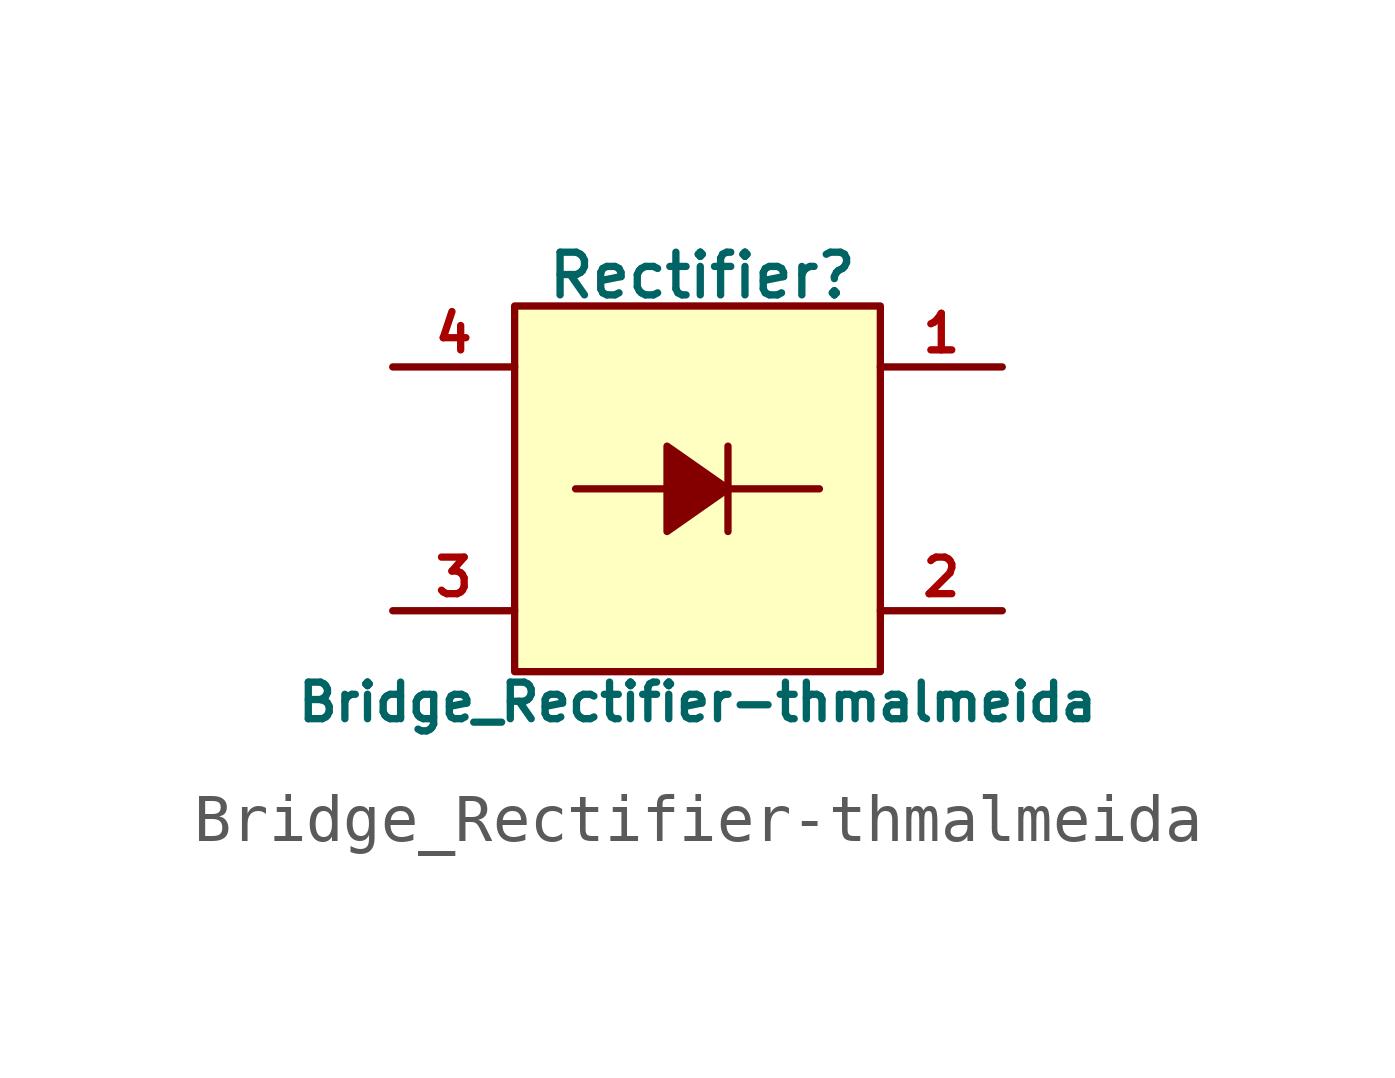
<source format=kicad_sym>
(kicad_symbol_lib
  (version 20211014)
  (generator kicad_symbol_editor)
  (symbol "Bridge_Rectifier-thmalmeida"
    (pin_names
      (offset 1.016) hide)
    (property "Reference" "Rectifier"
      (at -3.175 4.445 0)
      (effects (font (size 0.889 0.889)) (justify left)))
    (property "Value" "Bridge_Rectifier-thmalmeida"
      (at 0 -4.445 0)
      (effects (font (size 0.762 0.762))))
    (property "Datasheet" ""
      (at 2.54 3.81 0)
      (effects (font (size 1.524 1.524))))
    (symbol "Bridge_Rectifier-thmalmeida_0_1"
      (rectangle (start -3.81 3.81) (end 3.81 -3.81) (stroke (width 0) (type default) (color 0 0 0 0)) (fill (type background)))
      (polyline (pts (xy -0.635 0) (xy -2.54 0)) (stroke (width 0) (type default) (color 0 0 0 0)) (fill (type none)))
      (polyline (pts (xy 0.635 -0.889) (xy 0.635 0.889)) (stroke (width 0) (type default) (color 0 0 0 0)) (fill (type none)))
      (polyline (pts (xy 0.635 0) (xy 2.54 0)) (stroke (width 0) (type default) (color 0 0 0 0)) (fill (type none)))
      (polyline (pts (xy -0.635 0.889) (xy -0.635 -0.889) (xy 0.635 0) (xy -0.635 0.889)) (stroke (width 0) (type default) (color 0 0 0 0)) (fill (type outline))))
    (symbol "Bridge_Rectifier-thmalmeida_1_1"
      (pin power_out line (at 6.35 2.54 180) (length 2.54) (name "Positive" (effects (font (size 1.016 1.016)))) (number "1" (effects (font (size 0.762 0.762)))))
      (pin power_out line (at 6.35 -2.54 180) (length 2.54) (name "Negative" (effects (font (size 1.016 1.016)))) (number "2" (effects (font (size 0.762 0.762)))))
      (pin input line (at -6.35 -2.54 0) (length 2.54) (name "AC_Input" (effects (font (size 1.016 1.016)))) (number "3" (effects (font (size 0.762 0.762)))))
      (pin input line (at -6.35 2.54 0) (length 2.54) (name "AC_Input" (effects (font (size 1.016 1.016)))) (number "4" (effects (font (size 0.762 0.762))))))))
</source>
